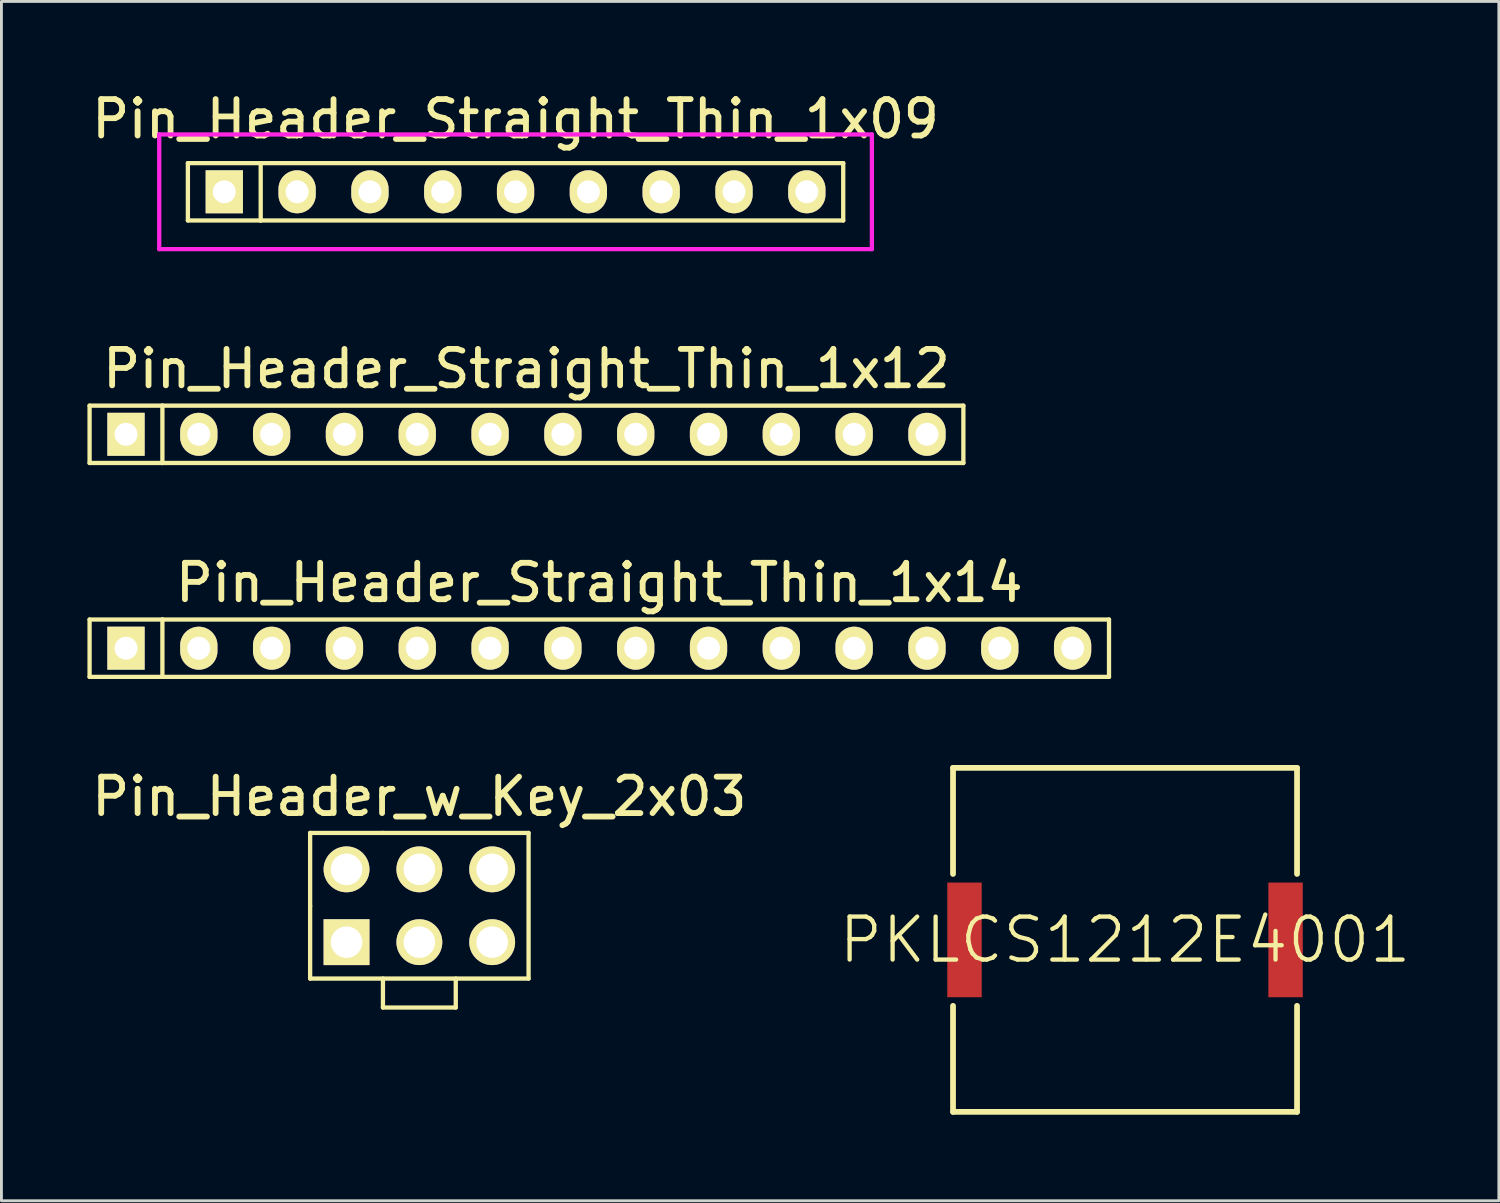
<source format=kicad_pcb>
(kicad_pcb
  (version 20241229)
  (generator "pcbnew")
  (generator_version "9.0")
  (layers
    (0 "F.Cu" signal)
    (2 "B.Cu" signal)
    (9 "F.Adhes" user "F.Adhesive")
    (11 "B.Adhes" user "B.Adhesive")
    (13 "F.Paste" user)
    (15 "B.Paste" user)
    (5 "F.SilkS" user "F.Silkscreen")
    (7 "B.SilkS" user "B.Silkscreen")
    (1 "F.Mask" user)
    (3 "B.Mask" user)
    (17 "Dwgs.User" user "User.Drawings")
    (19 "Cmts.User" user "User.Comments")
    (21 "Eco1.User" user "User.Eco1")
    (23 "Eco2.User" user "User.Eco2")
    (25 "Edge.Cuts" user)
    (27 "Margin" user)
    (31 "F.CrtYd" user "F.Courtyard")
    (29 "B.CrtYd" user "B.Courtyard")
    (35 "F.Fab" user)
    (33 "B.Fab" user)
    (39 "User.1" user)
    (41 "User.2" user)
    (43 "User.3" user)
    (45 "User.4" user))
  (footprint "Pin_Header_Straight_Thin_1x09"
    (layer "F.Cu")
    (at 14.934 3.64)
    (property "Reference" "Pin_Header_Straight_Thin_1x09" (at 0 -2.54 0) (layer "F.SilkS") (effects (font (size 1.27 1.27) (thickness 0.203))))
    (attr through_hole)
    (fp_line (start -11.43 -1) (end -11.43 1) (stroke (width 0.15) (type solid)) (layer "F.SilkS"))
    (fp_line (start -11.43 -1) (end -8.89 -1) (stroke (width 0.15) (type solid)) (layer "F.SilkS"))
    (fp_line (start -11.43 1) (end -8.89 1) (stroke (width 0.15) (type solid)) (layer "F.SilkS"))
    (fp_line (start -8.89 -1) (end -8.89 1) (stroke (width 0.15) (type solid)) (layer "F.SilkS"))
    (fp_line (start -8.89 -1) (end 11.43 -1) (stroke (width 0.15) (type solid)) (layer "F.SilkS"))
    (fp_line (start 11.43 -1) (end 11.43 1) (stroke (width 0.15) (type solid)) (layer "F.SilkS"))
    (fp_line (start 11.43 1) (end -8.89 1) (stroke (width 0.15) (type solid)) (layer "F.SilkS"))
    (fp_line (start -12.43 -2) (end 12.43 -2) (stroke (width 0.15) (type solid)) (layer "F.CrtYd"))
    (fp_line (start -12.43 2) (end -12.43 -2) (stroke (width 0.15) (type solid)) (layer "F.CrtYd"))
    (fp_line (start 12.43 -2) (end 12.43 2) (stroke (width 0.15) (type solid)) (layer "F.CrtYd"))
    (fp_line (start 12.43 2) (end -12.43 2) (stroke (width 0.15) (type solid)) (layer "F.CrtYd"))
    (pad "1" thru_hole rect (at -10.16 0) (size 1.3 1.5) (drill 0.8) (layers "*.Cu" "*.Mask" "F.SilkS"))
    (pad "2" thru_hole oval (at -7.62 0) (size 1.3 1.5) (drill 0.8) (layers "*.Cu" "*.Mask" "F.SilkS"))
    (pad "3" thru_hole oval (at -5.08 0) (size 1.3 1.5) (drill 0.8) (layers "*.Cu" "*.Mask" "F.SilkS"))
    (pad "4" thru_hole oval (at -2.54 0) (size 1.3 1.5) (drill 0.8) (layers "*.Cu" "*.Mask" "F.SilkS"))
    (pad "5" thru_hole oval (at 0 0) (size 1.3 1.5) (drill 0.8) (layers "*.Cu" "*.Mask" "F.SilkS"))
    (pad "6" thru_hole oval (at 2.54 0) (size 1.3 1.5) (drill 0.8) (layers "*.Cu" "*.Mask" "F.SilkS"))
    (pad "7" thru_hole oval (at 5.08 0) (size 1.3 1.5) (drill 0.8) (layers "*.Cu" "*.Mask" "F.SilkS"))
    (pad "8" thru_hole oval (at 7.62 0) (size 1.3 1.5) (drill 0.8) (layers "*.Cu" "*.Mask" "F.SilkS"))
    (pad "9" thru_hole oval (at 10.16 0) (size 1.3 1.5) (drill 0.8) (layers "*.Cu" "*.Mask" "F.SilkS")))
  (footprint "Pin_Header_w_Key_2x03"
    (layer "F.Cu")
    (at 11.578 28.545)
    (property "Reference" "Pin_Header_w_Key_2x03" (at 0 -3.81 0) (layer "F.SilkS") (effects (font (size 1.27 1.27) (thickness 0.203))))
    (attr through_hole)
    (fp_line (start -3.81 -2.54) (end -3.81 0) (stroke (width 0.15) (type solid)) (layer "F.SilkS"))
    (fp_line (start -3.81 2.54) (end -3.81 0) (stroke (width 0.15) (type solid)) (layer "F.SilkS"))
    (fp_line (start -3.81 2.54) (end 3.81 2.54) (stroke (width 0.15) (type solid)) (layer "F.SilkS"))
    (fp_line (start -1.27 -2.54) (end -3.81 -2.54) (stroke (width 0.15) (type solid)) (layer "F.SilkS"))
    (fp_line (start -1.27 2.54) (end -1.27 3.55) (stroke (width 0.15) (type solid)) (layer "F.SilkS"))
    (fp_line (start -1.27 3.55) (end 1.27 3.55) (stroke (width 0.15) (type solid)) (layer "F.SilkS"))
    (fp_line (start 1.27 3.55) (end 1.27 2.54) (stroke (width 0.15) (type solid)) (layer "F.SilkS"))
    (fp_line (start 3.81 -2.54) (end -1.27 -2.54) (stroke (width 0.15) (type solid)) (layer "F.SilkS"))
    (fp_line (start 3.81 2.54) (end 3.81 -2.54) (stroke (width 0.15) (type solid)) (layer "F.SilkS"))
    (pad "1" thru_hole rect (at -2.54 1.27) (size 1.6 1.6) (drill 1.1) (layers "*.Cu" "*.Mask" "F.SilkS"))
    (pad "2" thru_hole circle (at -2.54 -1.27) (size 1.6 1.6) (drill 1.1) (layers "*.Cu" "*.Mask" "F.SilkS"))
    (pad "3" thru_hole circle (at 0 1.27) (size 1.6 1.6) (drill 1.1) (layers "*.Cu" "*.Mask" "F.SilkS"))
    (pad "4" thru_hole circle (at 0 -1.27) (size 1.6 1.6) (drill 1.1) (layers "*.Cu" "*.Mask" "F.SilkS"))
    (pad "5" thru_hole circle (at 2.54 1.27) (size 1.6 1.6) (drill 1.1) (layers "*.Cu" "*.Mask" "F.SilkS"))
    (pad "6" thru_hole circle (at 2.54 -1.27) (size 1.6 1.6) (drill 1.1) (layers "*.Cu" "*.Mask" "F.SilkS")))
  (footprint "Pin_Header_Straight_Thin_1x14"
    (layer "F.Cu")
    (at 17.855 19.561)
    (property "Reference" "Pin_Header_Straight_Thin_1x14" (at 0 -2.286 0) (layer "F.SilkS") (effects (font (size 1.27 1.27) (thickness 0.203))))
    (attr through_hole)
    (fp_line (start -17.78 -1) (end -17.78 1) (stroke (width 0.15) (type solid)) (layer "F.SilkS"))
    (fp_line (start -17.78 -1) (end -15.24 -1) (stroke (width 0.15) (type solid)) (layer "F.SilkS"))
    (fp_line (start -17.78 1) (end -15.24 1) (stroke (width 0.15) (type solid)) (layer "F.SilkS"))
    (fp_line (start -15.24 -1) (end -15.24 1) (stroke (width 0.15) (type solid)) (layer "F.SilkS"))
    (fp_line (start -15.24 1) (end 17.78 1) (stroke (width 0.15) (type solid)) (layer "F.SilkS"))
    (fp_line (start 17.78 -1) (end -15.24 -1) (stroke (width 0.15) (type solid)) (layer "F.SilkS"))
    (fp_line (start 17.78 1) (end 17.78 -1) (stroke (width 0.15) (type solid)) (layer "F.SilkS"))
    (pad "1" thru_hole rect (at -16.51 0) (size 1.3 1.5) (drill 0.8) (layers "*.Cu" "*.Mask" "F.SilkS"))
    (pad "2" thru_hole oval (at -13.97 0) (size 1.3 1.5) (drill 0.8) (layers "*.Cu" "*.Mask" "F.SilkS"))
    (pad "3" thru_hole oval (at -11.43 0) (size 1.3 1.5) (drill 0.8) (layers "*.Cu" "*.Mask" "F.SilkS"))
    (pad "4" thru_hole oval (at -8.89 0) (size 1.3 1.5) (drill 0.8) (layers "*.Cu" "*.Mask" "F.SilkS"))
    (pad "5" thru_hole oval (at -6.35 0) (size 1.3 1.5) (drill 0.8) (layers "*.Cu" "*.Mask" "F.SilkS"))
    (pad "6" thru_hole oval (at -3.81 0) (size 1.3 1.5) (drill 0.8) (layers "*.Cu" "*.Mask" "F.SilkS"))
    (pad "7" thru_hole oval (at -1.27 0) (size 1.3 1.5) (drill 0.8) (layers "*.Cu" "*.Mask" "F.SilkS"))
    (pad "8" thru_hole oval (at 1.27 0) (size 1.3 1.5) (drill 0.8) (layers "*.Cu" "*.Mask" "F.SilkS"))
    (pad "9" thru_hole oval (at 3.81 0) (size 1.3 1.5) (drill 0.8) (layers "*.Cu" "*.Mask" "F.SilkS"))
    (pad "10" thru_hole oval (at 6.35 0) (size 1.3 1.5) (drill 0.8) (layers "*.Cu" "*.Mask" "F.SilkS"))
    (pad "11" thru_hole oval (at 8.89 0) (size 1.3 1.5) (drill 0.8) (layers "*.Cu" "*.Mask" "F.SilkS"))
    (pad "12" thru_hole oval (at 11.43 0) (size 1.3 1.5) (drill 0.8) (layers "*.Cu" "*.Mask" "F.SilkS"))
    (pad "13" thru_hole oval (at 13.97 0) (size 1.3 1.5) (drill 0.8) (layers "*.Cu" "*.Mask" "F.SilkS"))
    (pad "14" thru_hole oval (at 16.51 0) (size 1.3 1.5) (drill 0.8) (layers "*.Cu" "*.Mask" "F.SilkS")))
  (footprint "PKLCS1212E4001"
    (layer "F.Cu")
    (at 36.194 29.736)
    (property "Reference" "PKLCS1212E4001" (at 0 0 0) (layer "F.SilkS") (effects (font (size 1.5 1.5) (thickness 0.15))))
    (attr through_hole)
    (fp_line (start -6 -6) (end -6 -2.3) (stroke (width 0.2) (type solid)) (layer "F.SilkS"))
    (fp_line (start -6 -6) (end 6 -6) (stroke (width 0.2) (type solid)) (layer "F.SilkS"))
    (fp_line (start -6 6) (end -6 2.3) (stroke (width 0.2) (type solid)) (layer "F.SilkS"))
    (fp_line (start -6 6) (end 6 6) (stroke (width 0.2) (type solid)) (layer "F.SilkS"))
    (fp_line (start 6 -6) (end 6 -2.3) (stroke (width 0.2) (type solid)) (layer "F.SilkS"))
    (fp_line (start 6 6) (end 6 2.3) (stroke (width 0.2) (type solid)) (layer "F.SilkS"))
    (pad "1" smd rect (at -5.6 0) (size 1.2 4) (layers "F.Cu" "F.Mask" "F.Paste"))
    (pad "2" smd rect (at 5.6 0) (size 1.2 4) (layers "F.Cu" "F.Mask" "F.Paste")))
  (footprint "Pin_Header_Straight_Thin_1x12"
    (layer "F.Cu")
    (at 15.315 12.1)
    (property "Reference" "Pin_Header_Straight_Thin_1x12" (at 0 -2.286 0) (layer "F.SilkS") (effects (font (size 1.27 1.27) (thickness 0.203))))
    (attr through_hole)
    (fp_line (start -15.24 -1) (end -15.24 1) (stroke (width 0.15) (type solid)) (layer "F.SilkS"))
    (fp_line (start -15.24 -1) (end -12.7 -1) (stroke (width 0.15) (type solid)) (layer "F.SilkS"))
    (fp_line (start -15.24 1) (end -12.7 1) (stroke (width 0.15) (type solid)) (layer "F.SilkS"))
    (fp_line (start -12.7 -1) (end -12.7 1) (stroke (width 0.15) (type solid)) (layer "F.SilkS"))
    (fp_line (start -12.7 -1) (end 15.24 -1) (stroke (width 0.15) (type solid)) (layer "F.SilkS"))
    (fp_line (start 15.24 -1) (end 15.24 1) (stroke (width 0.15) (type solid)) (layer "F.SilkS"))
    (fp_line (start 15.24 1) (end -12.7 1) (stroke (width 0.15) (type solid)) (layer "F.SilkS"))
    (pad "1" thru_hole rect (at -13.97 0) (size 1.3 1.5) (drill 0.8) (layers "*.Cu" "*.Mask" "F.SilkS"))
    (pad "2" thru_hole oval (at -11.43 0) (size 1.3 1.5) (drill 0.8) (layers "*.Cu" "*.Mask" "F.SilkS"))
    (pad "3" thru_hole oval (at -8.89 0) (size 1.3 1.5) (drill 0.8) (layers "*.Cu" "*.Mask" "F.SilkS"))
    (pad "4" thru_hole oval (at -6.35 0) (size 1.3 1.5) (drill 0.8) (layers "*.Cu" "*.Mask" "F.SilkS"))
    (pad "5" thru_hole oval (at -3.81 0) (size 1.3 1.5) (drill 0.8) (layers "*.Cu" "*.Mask" "F.SilkS"))
    (pad "6" thru_hole oval (at -1.27 0) (size 1.3 1.5) (drill 0.8) (layers "*.Cu" "*.Mask" "F.SilkS"))
    (pad "7" thru_hole oval (at 1.27 0) (size 1.3 1.5) (drill 0.8) (layers "*.Cu" "*.Mask" "F.SilkS"))
    (pad "8" thru_hole oval (at 3.81 0) (size 1.3 1.5) (drill 0.8) (layers "*.Cu" "*.Mask" "F.SilkS"))
    (pad "9" thru_hole oval (at 6.35 0) (size 1.3 1.5) (drill 0.8) (layers "*.Cu" "*.Mask" "F.SilkS"))
    (pad "10" thru_hole oval (at 8.89 0) (size 1.3 1.5) (drill 0.8) (layers "*.Cu" "*.Mask" "F.SilkS"))
    (pad "11" thru_hole oval (at 11.43 0) (size 1.3 1.5) (drill 0.8) (layers "*.Cu" "*.Mask" "F.SilkS"))
    (pad "12" thru_hole oval (at 13.97 0) (size 1.3 1.5) (drill 0.8) (layers "*.Cu" "*.Mask" "F.SilkS")))
  (gr_rect
    (start -3 -3)
    (end 49.234 38.836)
    (stroke (width 0.1) (type default))
    (fill no)
    (layer "Edge.Cuts")))
</source>
